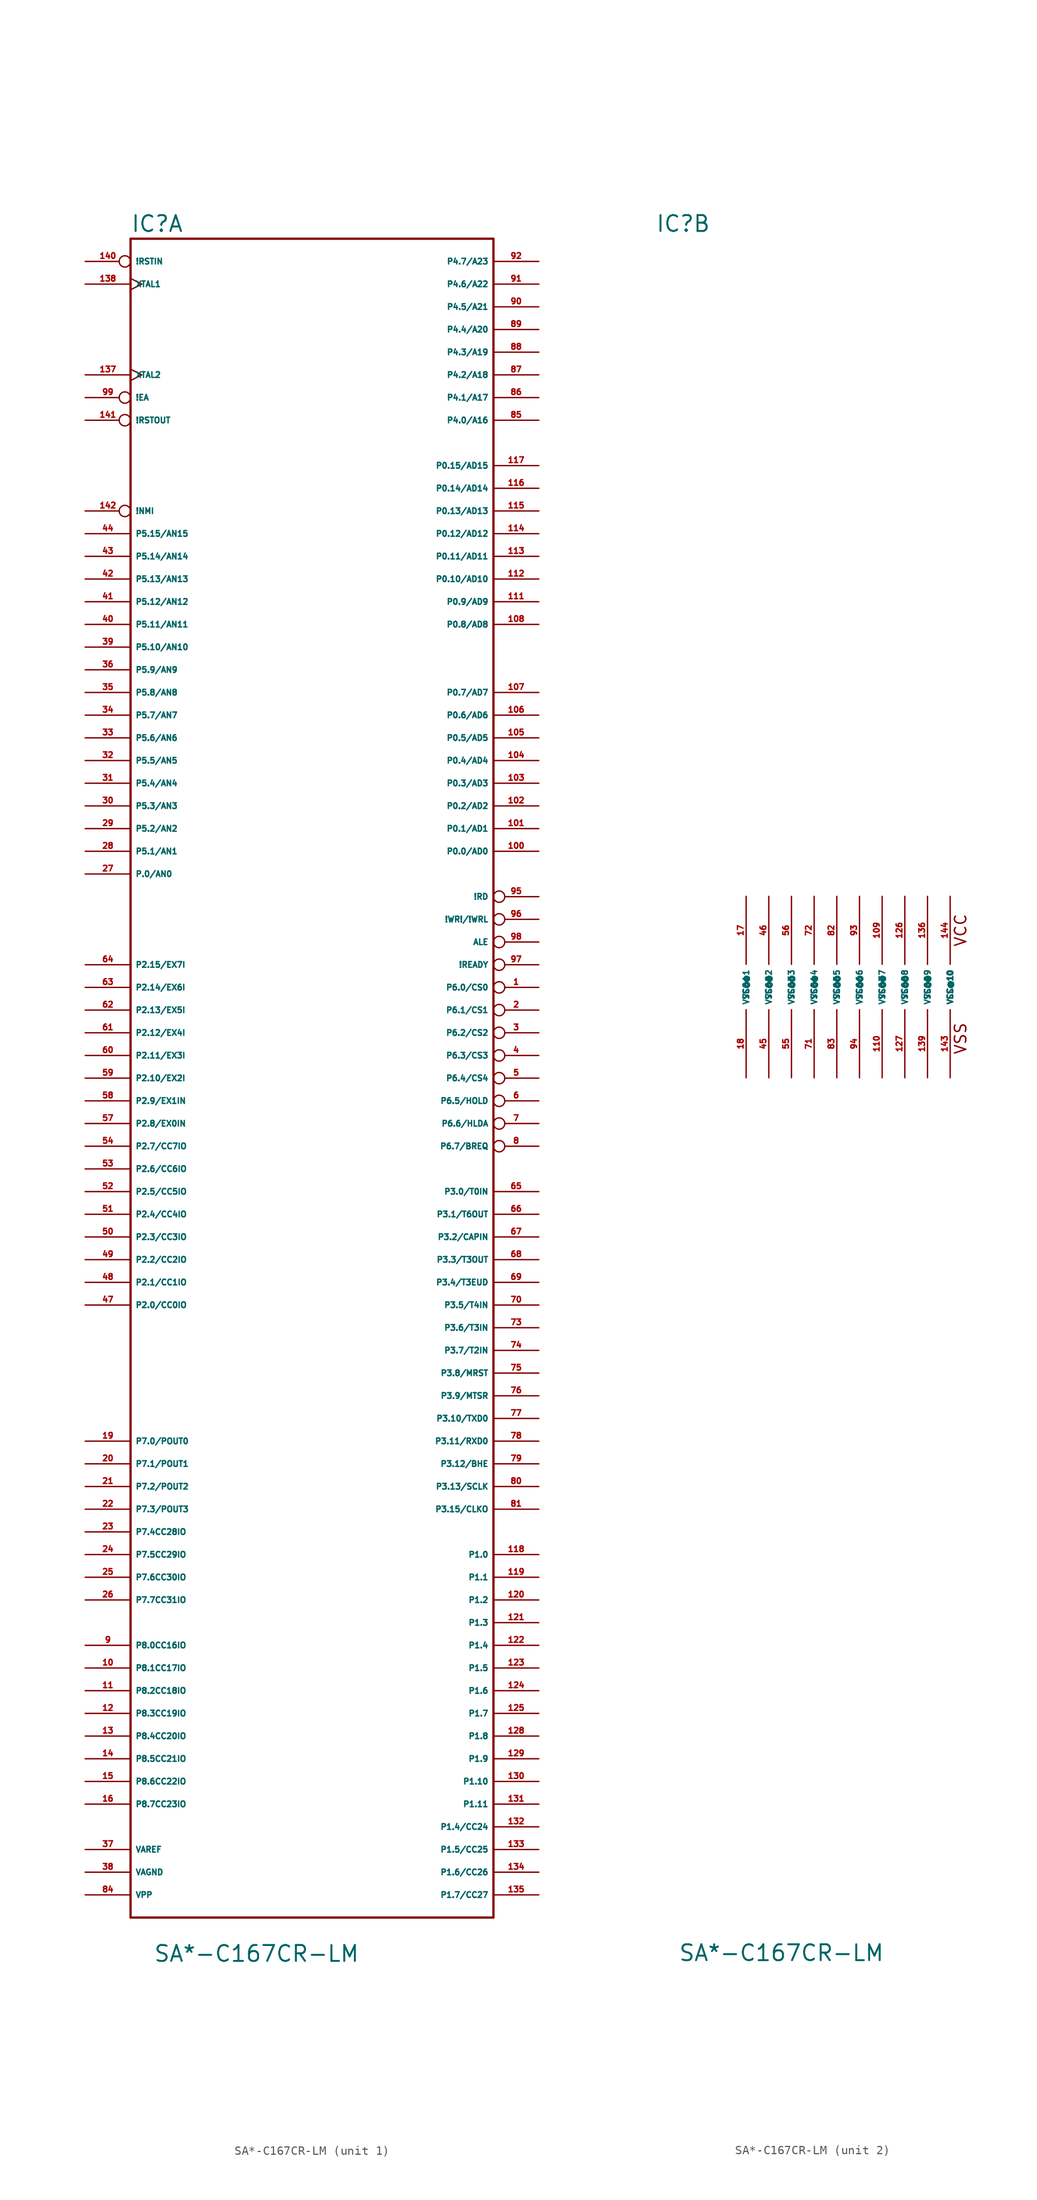
<source format=kicad_sym>
(kicad_symbol_lib
  (version 20220914)
  (generator Eagle2Kicad)
  (symbol "SA*-C167CR-LM"
    (property "Reference" "IC"
      (at -20.32 84.455 0)
      (effects (font (size 1.778 1.778) (thickness 0.22)) (justify left bottom)))
    (property "Value" "SA*-C167CR-LM"
      (at -17.78 -109.22 0)
      (effects (font (size 1.778 1.778) (thickness 0.22)) (justify left bottom)))
    (symbol "SA*-C167CR-LM_1_0"
      (polyline (pts (xy -20.32 -104.14) (xy 20.32 -104.14)) (stroke (width 0.254) (type default)) (fill (type none)))
      (polyline (pts (xy 20.32 -104.14) (xy 20.32 83.82)) (stroke (width 0.254) (type default)) (fill (type none)))
      (polyline (pts (xy 20.32 83.82) (xy -20.32 83.82)) (stroke (width 0.254) (type default)) (fill (type none)))
      (polyline (pts (xy -20.32 83.82) (xy -20.32 -104.14)) (stroke (width 0.254) (type default)) (fill (type none)))
      (pin output inverted (at 25.4 5.08 180) (length 5.08) (name "ALE" (effects (font (size 0.635 0.635) (thickness 0.08)) (justify left bottom))) (number "98" (effects (font (size 0.635 0.635) (thickness 0.08)) (justify left bottom))))
      (pin input inverted (at -25.4 66.04 0) (length 5.08) (name "!EA" (effects (font (size 0.635 0.635) (thickness 0.08)) (justify left bottom))) (number "99" (effects (font (size 0.635 0.635) (thickness 0.08)) (justify left bottom))))
      (pin input inverted (at -25.4 53.34 0) (length 5.08) (name "!NMI" (effects (font (size 0.635 0.635) (thickness 0.08)) (justify left bottom))) (number "142" (effects (font (size 0.635 0.635) (thickness 0.08)) (justify left bottom))))
      (pin input line (at -25.4 12.7 0) (length 5.08) (name "P.0/AN0" (effects (font (size 0.635 0.635) (thickness 0.08)) (justify left bottom))) (number "27" (effects (font (size 0.635 0.635) (thickness 0.08)) (justify left bottom))))
      (pin bidirectional line (at 25.4 15.24 180) (length 5.08) (name "P0.0/AD0" (effects (font (size 0.635 0.635) (thickness 0.08)) (justify left bottom))) (number "100" (effects (font (size 0.635 0.635) (thickness 0.08)) (justify left bottom))))
      (pin bidirectional line (at 25.4 17.78 180) (length 5.08) (name "P0.1/AD1" (effects (font (size 0.635 0.635) (thickness 0.08)) (justify left bottom))) (number "101" (effects (font (size 0.635 0.635) (thickness 0.08)) (justify left bottom))))
      (pin bidirectional line (at 25.4 20.32 180) (length 5.08) (name "P0.2/AD2" (effects (font (size 0.635 0.635) (thickness 0.08)) (justify left bottom))) (number "102" (effects (font (size 0.635 0.635) (thickness 0.08)) (justify left bottom))))
      (pin bidirectional line (at 25.4 22.86 180) (length 5.08) (name "P0.3/AD3" (effects (font (size 0.635 0.635) (thickness 0.08)) (justify left bottom))) (number "103" (effects (font (size 0.635 0.635) (thickness 0.08)) (justify left bottom))))
      (pin bidirectional line (at 25.4 25.4 180) (length 5.08) (name "P0.4/AD4" (effects (font (size 0.635 0.635) (thickness 0.08)) (justify left bottom))) (number "104" (effects (font (size 0.635 0.635) (thickness 0.08)) (justify left bottom))))
      (pin bidirectional line (at 25.4 27.94 180) (length 5.08) (name "P0.5/AD5" (effects (font (size 0.635 0.635) (thickness 0.08)) (justify left bottom))) (number "105" (effects (font (size 0.635 0.635) (thickness 0.08)) (justify left bottom))))
      (pin bidirectional line (at 25.4 30.48 180) (length 5.08) (name "P0.6/AD6" (effects (font (size 0.635 0.635) (thickness 0.08)) (justify left bottom))) (number "106" (effects (font (size 0.635 0.635) (thickness 0.08)) (justify left bottom))))
      (pin bidirectional line (at 25.4 33.02 180) (length 5.08) (name "P0.7/AD7" (effects (font (size 0.635 0.635) (thickness 0.08)) (justify left bottom))) (number "107" (effects (font (size 0.635 0.635) (thickness 0.08)) (justify left bottom))))
      (pin bidirectional line (at 25.4 40.64 180) (length 5.08) (name "P0.8/AD8" (effects (font (size 0.635 0.635) (thickness 0.08)) (justify left bottom))) (number "108" (effects (font (size 0.635 0.635) (thickness 0.08)) (justify left bottom))))
      (pin bidirectional line (at 25.4 43.18 180) (length 5.08) (name "P0.9/AD9" (effects (font (size 0.635 0.635) (thickness 0.08)) (justify left bottom))) (number "111" (effects (font (size 0.635 0.635) (thickness 0.08)) (justify left bottom))))
      (pin bidirectional line (at 25.4 45.72 180) (length 5.08) (name "P0.10/AD10" (effects (font (size 0.635 0.635) (thickness 0.08)) (justify left bottom))) (number "112" (effects (font (size 0.635 0.635) (thickness 0.08)) (justify left bottom))))
      (pin bidirectional line (at 25.4 48.26 180) (length 5.08) (name "P0.11/AD11" (effects (font (size 0.635 0.635) (thickness 0.08)) (justify left bottom))) (number "113" (effects (font (size 0.635 0.635) (thickness 0.08)) (justify left bottom))))
      (pin bidirectional line (at 25.4 50.8 180) (length 5.08) (name "P0.12/AD12" (effects (font (size 0.635 0.635) (thickness 0.08)) (justify left bottom))) (number "114" (effects (font (size 0.635 0.635) (thickness 0.08)) (justify left bottom))))
      (pin bidirectional line (at 25.4 53.34 180) (length 5.08) (name "P0.13/AD13" (effects (font (size 0.635 0.635) (thickness 0.08)) (justify left bottom))) (number "115" (effects (font (size 0.635 0.635) (thickness 0.08)) (justify left bottom))))
      (pin bidirectional line (at 25.4 55.88 180) (length 5.08) (name "P0.14/AD14" (effects (font (size 0.635 0.635) (thickness 0.08)) (justify left bottom))) (number "116" (effects (font (size 0.635 0.635) (thickness 0.08)) (justify left bottom))))
      (pin bidirectional line (at 25.4 58.42 180) (length 5.08) (name "P0.15/AD15" (effects (font (size 0.635 0.635) (thickness 0.08)) (justify left bottom))) (number "117" (effects (font (size 0.635 0.635) (thickness 0.08)) (justify left bottom))))
      (pin bidirectional line (at 25.4 -63.5 180) (length 5.08) (name "P1.0" (effects (font (size 0.635 0.635) (thickness 0.08)) (justify left bottom))) (number "118" (effects (font (size 0.635 0.635) (thickness 0.08)) (justify left bottom))))
      (pin bidirectional line (at 25.4 -66.04 180) (length 5.08) (name "P1.1" (effects (font (size 0.635 0.635) (thickness 0.08)) (justify left bottom))) (number "119" (effects (font (size 0.635 0.635) (thickness 0.08)) (justify left bottom))))
      (pin bidirectional line (at 25.4 -68.58 180) (length 5.08) (name "P1.2" (effects (font (size 0.635 0.635) (thickness 0.08)) (justify left bottom))) (number "120" (effects (font (size 0.635 0.635) (thickness 0.08)) (justify left bottom))))
      (pin bidirectional line (at 25.4 -71.12 180) (length 5.08) (name "P1.3" (effects (font (size 0.635 0.635) (thickness 0.08)) (justify left bottom))) (number "121" (effects (font (size 0.635 0.635) (thickness 0.08)) (justify left bottom))))
      (pin bidirectional line (at 25.4 -73.66 180) (length 5.08) (name "P1.4" (effects (font (size 0.635 0.635) (thickness 0.08)) (justify left bottom))) (number "122" (effects (font (size 0.635 0.635) (thickness 0.08)) (justify left bottom))))
      (pin bidirectional line (at 25.4 -93.98 180) (length 5.08) (name "P1.4/CC24" (effects (font (size 0.635 0.635) (thickness 0.08)) (justify left bottom))) (number "132" (effects (font (size 0.635 0.635) (thickness 0.08)) (justify left bottom))))
      (pin bidirectional line (at 25.4 -76.2 180) (length 5.08) (name "P1.5" (effects (font (size 0.635 0.635) (thickness 0.08)) (justify left bottom))) (number "123" (effects (font (size 0.635 0.635) (thickness 0.08)) (justify left bottom))))
      (pin bidirectional line (at 25.4 -96.52 180) (length 5.08) (name "P1.5/CC25" (effects (font (size 0.635 0.635) (thickness 0.08)) (justify left bottom))) (number "133" (effects (font (size 0.635 0.635) (thickness 0.08)) (justify left bottom))))
      (pin bidirectional line (at 25.4 -78.74 180) (length 5.08) (name "P1.6" (effects (font (size 0.635 0.635) (thickness 0.08)) (justify left bottom))) (number "124" (effects (font (size 0.635 0.635) (thickness 0.08)) (justify left bottom))))
      (pin bidirectional line (at 25.4 -99.06 180) (length 5.08) (name "P1.6/CC26" (effects (font (size 0.635 0.635) (thickness 0.08)) (justify left bottom))) (number "134" (effects (font (size 0.635 0.635) (thickness 0.08)) (justify left bottom))))
      (pin bidirectional line (at 25.4 -81.28 180) (length 5.08) (name "P1.7" (effects (font (size 0.635 0.635) (thickness 0.08)) (justify left bottom))) (number "125" (effects (font (size 0.635 0.635) (thickness 0.08)) (justify left bottom))))
      (pin bidirectional line (at 25.4 -101.6 180) (length 5.08) (name "P1.7/CC27" (effects (font (size 0.635 0.635) (thickness 0.08)) (justify left bottom))) (number "135" (effects (font (size 0.635 0.635) (thickness 0.08)) (justify left bottom))))
      (pin bidirectional line (at 25.4 -83.82 180) (length 5.08) (name "P1.8" (effects (font (size 0.635 0.635) (thickness 0.08)) (justify left bottom))) (number "128" (effects (font (size 0.635 0.635) (thickness 0.08)) (justify left bottom))))
      (pin bidirectional line (at 25.4 -86.36 180) (length 5.08) (name "P1.9" (effects (font (size 0.635 0.635) (thickness 0.08)) (justify left bottom))) (number "129" (effects (font (size 0.635 0.635) (thickness 0.08)) (justify left bottom))))
      (pin bidirectional line (at 25.4 -88.9 180) (length 5.08) (name "P1.10" (effects (font (size 0.635 0.635) (thickness 0.08)) (justify left bottom))) (number "130" (effects (font (size 0.635 0.635) (thickness 0.08)) (justify left bottom))))
      (pin bidirectional line (at 25.4 -91.44 180) (length 5.08) (name "P1.11" (effects (font (size 0.635 0.635) (thickness 0.08)) (justify left bottom))) (number "131" (effects (font (size 0.635 0.635) (thickness 0.08)) (justify left bottom))))
      (pin bidirectional line (at -25.4 -35.56 0) (length 5.08) (name "P2.0/CC0IO" (effects (font (size 0.635 0.635) (thickness 0.08)) (justify left bottom))) (number "47" (effects (font (size 0.635 0.635) (thickness 0.08)) (justify left bottom))))
      (pin bidirectional line (at -25.4 -33.02 0) (length 5.08) (name "P2.1/CC1IO" (effects (font (size 0.635 0.635) (thickness 0.08)) (justify left bottom))) (number "48" (effects (font (size 0.635 0.635) (thickness 0.08)) (justify left bottom))))
      (pin bidirectional line (at -25.4 -30.48 0) (length 5.08) (name "P2.2/CC2IO" (effects (font (size 0.635 0.635) (thickness 0.08)) (justify left bottom))) (number "49" (effects (font (size 0.635 0.635) (thickness 0.08)) (justify left bottom))))
      (pin bidirectional line (at -25.4 -27.94 0) (length 5.08) (name "P2.3/CC3IO" (effects (font (size 0.635 0.635) (thickness 0.08)) (justify left bottom))) (number "50" (effects (font (size 0.635 0.635) (thickness 0.08)) (justify left bottom))))
      (pin bidirectional line (at -25.4 -25.4 0) (length 5.08) (name "P2.4/CC4IO" (effects (font (size 0.635 0.635) (thickness 0.08)) (justify left bottom))) (number "51" (effects (font (size 0.635 0.635) (thickness 0.08)) (justify left bottom))))
      (pin bidirectional line (at -25.4 -22.86 0) (length 5.08) (name "P2.5/CC5IO" (effects (font (size 0.635 0.635) (thickness 0.08)) (justify left bottom))) (number "52" (effects (font (size 0.635 0.635) (thickness 0.08)) (justify left bottom))))
      (pin bidirectional line (at -25.4 -20.32 0) (length 5.08) (name "P2.6/CC6IO" (effects (font (size 0.635 0.635) (thickness 0.08)) (justify left bottom))) (number "53" (effects (font (size 0.635 0.635) (thickness 0.08)) (justify left bottom))))
      (pin bidirectional line (at -25.4 -17.78 0) (length 5.08) (name "P2.7/CC7IO" (effects (font (size 0.635 0.635) (thickness 0.08)) (justify left bottom))) (number "54" (effects (font (size 0.635 0.635) (thickness 0.08)) (justify left bottom))))
      (pin bidirectional line (at -25.4 -15.24 0) (length 5.08) (name "P2.8/EX0IN" (effects (font (size 0.635 0.635) (thickness 0.08)) (justify left bottom))) (number "57" (effects (font (size 0.635 0.635) (thickness 0.08)) (justify left bottom))))
      (pin bidirectional line (at -25.4 -12.7 0) (length 5.08) (name "P2.9/EX1IN" (effects (font (size 0.635 0.635) (thickness 0.08)) (justify left bottom))) (number "58" (effects (font (size 0.635 0.635) (thickness 0.08)) (justify left bottom))))
      (pin bidirectional line (at -25.4 -10.16 0) (length 5.08) (name "P2.10/EX2I" (effects (font (size 0.635 0.635) (thickness 0.08)) (justify left bottom))) (number "59" (effects (font (size 0.635 0.635) (thickness 0.08)) (justify left bottom))))
      (pin bidirectional line (at -25.4 -7.62 0) (length 5.08) (name "P2.11/EX3I" (effects (font (size 0.635 0.635) (thickness 0.08)) (justify left bottom))) (number "60" (effects (font (size 0.635 0.635) (thickness 0.08)) (justify left bottom))))
      (pin bidirectional line (at -25.4 -5.08 0) (length 5.08) (name "P2.12/EX4I" (effects (font (size 0.635 0.635) (thickness 0.08)) (justify left bottom))) (number "61" (effects (font (size 0.635 0.635) (thickness 0.08)) (justify left bottom))))
      (pin bidirectional line (at -25.4 -2.54 0) (length 5.08) (name "P2.13/EX5I" (effects (font (size 0.635 0.635) (thickness 0.08)) (justify left bottom))) (number "62" (effects (font (size 0.635 0.635) (thickness 0.08)) (justify left bottom))))
      (pin bidirectional line (at -25.4 0 0) (length 5.08) (name "P2.14/EX6I" (effects (font (size 0.635 0.635) (thickness 0.08)) (justify left bottom))) (number "63" (effects (font (size 0.635 0.635) (thickness 0.08)) (justify left bottom))))
      (pin bidirectional line (at -25.4 2.54 0) (length 5.08) (name "P2.15/EX7I" (effects (font (size 0.635 0.635) (thickness 0.08)) (justify left bottom))) (number "64" (effects (font (size 0.635 0.635) (thickness 0.08)) (justify left bottom))))
      (pin bidirectional line (at 25.4 -22.86 180) (length 5.08) (name "P3.0/T0IN" (effects (font (size 0.635 0.635) (thickness 0.08)) (justify left bottom))) (number "65" (effects (font (size 0.635 0.635) (thickness 0.08)) (justify left bottom))))
      (pin bidirectional line (at 25.4 -25.4 180) (length 5.08) (name "P3.1/T6OUT" (effects (font (size 0.635 0.635) (thickness 0.08)) (justify left bottom))) (number "66" (effects (font (size 0.635 0.635) (thickness 0.08)) (justify left bottom))))
      (pin bidirectional line (at 25.4 -27.94 180) (length 5.08) (name "P3.2/CAPIN" (effects (font (size 0.635 0.635) (thickness 0.08)) (justify left bottom))) (number "67" (effects (font (size 0.635 0.635) (thickness 0.08)) (justify left bottom))))
      (pin bidirectional line (at 25.4 -30.48 180) (length 5.08) (name "P3.3/T3OUT" (effects (font (size 0.635 0.635) (thickness 0.08)) (justify left bottom))) (number "68" (effects (font (size 0.635 0.635) (thickness 0.08)) (justify left bottom))))
      (pin bidirectional line (at 25.4 -33.02 180) (length 5.08) (name "P3.4/T3EUD" (effects (font (size 0.635 0.635) (thickness 0.08)) (justify left bottom))) (number "69" (effects (font (size 0.635 0.635) (thickness 0.08)) (justify left bottom))))
      (pin bidirectional line (at 25.4 -35.56 180) (length 5.08) (name "P3.5/T4IN" (effects (font (size 0.635 0.635) (thickness 0.08)) (justify left bottom))) (number "70" (effects (font (size 0.635 0.635) (thickness 0.08)) (justify left bottom))))
      (pin bidirectional line (at 25.4 -38.1 180) (length 5.08) (name "P3.6/T3IN" (effects (font (size 0.635 0.635) (thickness 0.08)) (justify left bottom))) (number "73" (effects (font (size 0.635 0.635) (thickness 0.08)) (justify left bottom))))
      (pin bidirectional line (at 25.4 -40.64 180) (length 5.08) (name "P3.7/T2IN" (effects (font (size 0.635 0.635) (thickness 0.08)) (justify left bottom))) (number "74" (effects (font (size 0.635 0.635) (thickness 0.08)) (justify left bottom))))
      (pin bidirectional line (at 25.4 -43.18 180) (length 5.08) (name "P3.8/MRST" (effects (font (size 0.635 0.635) (thickness 0.08)) (justify left bottom))) (number "75" (effects (font (size 0.635 0.635) (thickness 0.08)) (justify left bottom))))
      (pin bidirectional line (at 25.4 -45.72 180) (length 5.08) (name "P3.9/MTSR" (effects (font (size 0.635 0.635) (thickness 0.08)) (justify left bottom))) (number "76" (effects (font (size 0.635 0.635) (thickness 0.08)) (justify left bottom))))
      (pin bidirectional line (at 25.4 -48.26 180) (length 5.08) (name "P3.10/TXD0" (effects (font (size 0.635 0.635) (thickness 0.08)) (justify left bottom))) (number "77" (effects (font (size 0.635 0.635) (thickness 0.08)) (justify left bottom))))
      (pin bidirectional line (at 25.4 -50.8 180) (length 5.08) (name "P3.11/RXD0" (effects (font (size 0.635 0.635) (thickness 0.08)) (justify left bottom))) (number "78" (effects (font (size 0.635 0.635) (thickness 0.08)) (justify left bottom))))
      (pin bidirectional line (at 25.4 -53.34 180) (length 5.08) (name "P3.12/BHE" (effects (font (size 0.635 0.635) (thickness 0.08)) (justify left bottom))) (number "79" (effects (font (size 0.635 0.635) (thickness 0.08)) (justify left bottom))))
      (pin bidirectional line (at 25.4 -55.88 180) (length 5.08) (name "P3.13/SCLK" (effects (font (size 0.635 0.635) (thickness 0.08)) (justify left bottom))) (number "80" (effects (font (size 0.635 0.635) (thickness 0.08)) (justify left bottom))))
      (pin bidirectional line (at 25.4 -58.42 180) (length 5.08) (name "P3.15/CLKO" (effects (font (size 0.635 0.635) (thickness 0.08)) (justify left bottom))) (number "81" (effects (font (size 0.635 0.635) (thickness 0.08)) (justify left bottom))))
      (pin bidirectional line (at 25.4 63.5 180) (length 5.08) (name "P4.0/A16" (effects (font (size 0.635 0.635) (thickness 0.08)) (justify left bottom))) (number "85" (effects (font (size 0.635 0.635) (thickness 0.08)) (justify left bottom))))
      (pin bidirectional line (at 25.4 66.04 180) (length 5.08) (name "P4.1/A17" (effects (font (size 0.635 0.635) (thickness 0.08)) (justify left bottom))) (number "86" (effects (font (size 0.635 0.635) (thickness 0.08)) (justify left bottom))))
      (pin bidirectional line (at 25.4 68.58 180) (length 5.08) (name "P4.2/A18" (effects (font (size 0.635 0.635) (thickness 0.08)) (justify left bottom))) (number "87" (effects (font (size 0.635 0.635) (thickness 0.08)) (justify left bottom))))
      (pin bidirectional line (at 25.4 71.12 180) (length 5.08) (name "P4.3/A19" (effects (font (size 0.635 0.635) (thickness 0.08)) (justify left bottom))) (number "88" (effects (font (size 0.635 0.635) (thickness 0.08)) (justify left bottom))))
      (pin bidirectional line (at 25.4 73.66 180) (length 5.08) (name "P4.4/A20" (effects (font (size 0.635 0.635) (thickness 0.08)) (justify left bottom))) (number "89" (effects (font (size 0.635 0.635) (thickness 0.08)) (justify left bottom))))
      (pin bidirectional line (at 25.4 76.2 180) (length 5.08) (name "P4.5/A21" (effects (font (size 0.635 0.635) (thickness 0.08)) (justify left bottom))) (number "90" (effects (font (size 0.635 0.635) (thickness 0.08)) (justify left bottom))))
      (pin bidirectional line (at 25.4 78.74 180) (length 5.08) (name "P4.6/A22" (effects (font (size 0.635 0.635) (thickness 0.08)) (justify left bottom))) (number "91" (effects (font (size 0.635 0.635) (thickness 0.08)) (justify left bottom))))
      (pin bidirectional line (at 25.4 81.28 180) (length 5.08) (name "P4.7/A23" (effects (font (size 0.635 0.635) (thickness 0.08)) (justify left bottom))) (number "92" (effects (font (size 0.635 0.635) (thickness 0.08)) (justify left bottom))))
      (pin input line (at -25.4 15.24 0) (length 5.08) (name "P5.1/AN1" (effects (font (size 0.635 0.635) (thickness 0.08)) (justify left bottom))) (number "28" (effects (font (size 0.635 0.635) (thickness 0.08)) (justify left bottom))))
      (pin input line (at -25.4 17.78 0) (length 5.08) (name "P5.2/AN2" (effects (font (size 0.635 0.635) (thickness 0.08)) (justify left bottom))) (number "29" (effects (font (size 0.635 0.635) (thickness 0.08)) (justify left bottom))))
      (pin input line (at -25.4 20.32 0) (length 5.08) (name "P5.3/AN3" (effects (font (size 0.635 0.635) (thickness 0.08)) (justify left bottom))) (number "30" (effects (font (size 0.635 0.635) (thickness 0.08)) (justify left bottom))))
      (pin input line (at -25.4 22.86 0) (length 5.08) (name "P5.4/AN4" (effects (font (size 0.635 0.635) (thickness 0.08)) (justify left bottom))) (number "31" (effects (font (size 0.635 0.635) (thickness 0.08)) (justify left bottom))))
      (pin input line (at -25.4 25.4 0) (length 5.08) (name "P5.5/AN5" (effects (font (size 0.635 0.635) (thickness 0.08)) (justify left bottom))) (number "32" (effects (font (size 0.635 0.635) (thickness 0.08)) (justify left bottom))))
      (pin input line (at -25.4 27.94 0) (length 5.08) (name "P5.6/AN6" (effects (font (size 0.635 0.635) (thickness 0.08)) (justify left bottom))) (number "33" (effects (font (size 0.635 0.635) (thickness 0.08)) (justify left bottom))))
      (pin input line (at -25.4 30.48 0) (length 5.08) (name "P5.7/AN7" (effects (font (size 0.635 0.635) (thickness 0.08)) (justify left bottom))) (number "34" (effects (font (size 0.635 0.635) (thickness 0.08)) (justify left bottom))))
      (pin input line (at -25.4 33.02 0) (length 5.08) (name "P5.8/AN8" (effects (font (size 0.635 0.635) (thickness 0.08)) (justify left bottom))) (number "35" (effects (font (size 0.635 0.635) (thickness 0.08)) (justify left bottom))))
      (pin input line (at -25.4 35.56 0) (length 5.08) (name "P5.9/AN9" (effects (font (size 0.635 0.635) (thickness 0.08)) (justify left bottom))) (number "36" (effects (font (size 0.635 0.635) (thickness 0.08)) (justify left bottom))))
      (pin input line (at -25.4 38.1 0) (length 5.08) (name "P5.10/AN10" (effects (font (size 0.635 0.635) (thickness 0.08)) (justify left bottom))) (number "39" (effects (font (size 0.635 0.635) (thickness 0.08)) (justify left bottom))))
      (pin input line (at -25.4 40.64 0) (length 5.08) (name "P5.11/AN11" (effects (font (size 0.635 0.635) (thickness 0.08)) (justify left bottom))) (number "40" (effects (font (size 0.635 0.635) (thickness 0.08)) (justify left bottom))))
      (pin input line (at -25.4 43.18 0) (length 5.08) (name "P5.12/AN12" (effects (font (size 0.635 0.635) (thickness 0.08)) (justify left bottom))) (number "41" (effects (font (size 0.635 0.635) (thickness 0.08)) (justify left bottom))))
      (pin input line (at -25.4 45.72 0) (length 5.08) (name "P5.13/AN13" (effects (font (size 0.635 0.635) (thickness 0.08)) (justify left bottom))) (number "42" (effects (font (size 0.635 0.635) (thickness 0.08)) (justify left bottom))))
      (pin input line (at -25.4 48.26 0) (length 5.08) (name "P5.14/AN14" (effects (font (size 0.635 0.635) (thickness 0.08)) (justify left bottom))) (number "43" (effects (font (size 0.635 0.635) (thickness 0.08)) (justify left bottom))))
      (pin input line (at -25.4 50.8 0) (length 5.08) (name "P5.15/AN15" (effects (font (size 0.635 0.635) (thickness 0.08)) (justify left bottom))) (number "44" (effects (font (size 0.635 0.635) (thickness 0.08)) (justify left bottom))))
      (pin bidirectional inverted (at 25.4 0 180) (length 5.08) (name "P6.0/CS0" (effects (font (size 0.635 0.635) (thickness 0.08)) (justify left bottom))) (number "1" (effects (font (size 0.635 0.635) (thickness 0.08)) (justify left bottom))))
      (pin bidirectional inverted (at 25.4 -2.54 180) (length 5.08) (name "P6.1/CS1" (effects (font (size 0.635 0.635) (thickness 0.08)) (justify left bottom))) (number "2" (effects (font (size 0.635 0.635) (thickness 0.08)) (justify left bottom))))
      (pin bidirectional inverted (at 25.4 -5.08 180) (length 5.08) (name "P6.2/CS2" (effects (font (size 0.635 0.635) (thickness 0.08)) (justify left bottom))) (number "3" (effects (font (size 0.635 0.635) (thickness 0.08)) (justify left bottom))))
      (pin bidirectional inverted (at 25.4 -7.62 180) (length 5.08) (name "P6.3/CS3" (effects (font (size 0.635 0.635) (thickness 0.08)) (justify left bottom))) (number "4" (effects (font (size 0.635 0.635) (thickness 0.08)) (justify left bottom))))
      (pin bidirectional inverted (at 25.4 -10.16 180) (length 5.08) (name "P6.4/CS4" (effects (font (size 0.635 0.635) (thickness 0.08)) (justify left bottom))) (number "5" (effects (font (size 0.635 0.635) (thickness 0.08)) (justify left bottom))))
      (pin bidirectional inverted (at 25.4 -12.7 180) (length 5.08) (name "P6.5/HOLD" (effects (font (size 0.635 0.635) (thickness 0.08)) (justify left bottom))) (number "6" (effects (font (size 0.635 0.635) (thickness 0.08)) (justify left bottom))))
      (pin bidirectional inverted (at 25.4 -15.24 180) (length 5.08) (name "P6.6/HLDA" (effects (font (size 0.635 0.635) (thickness 0.08)) (justify left bottom))) (number "7" (effects (font (size 0.635 0.635) (thickness 0.08)) (justify left bottom))))
      (pin bidirectional inverted (at 25.4 -17.78 180) (length 5.08) (name "P6.7/BREQ" (effects (font (size 0.635 0.635) (thickness 0.08)) (justify left bottom))) (number "8" (effects (font (size 0.635 0.635) (thickness 0.08)) (justify left bottom))))
      (pin bidirectional line (at -25.4 -50.8 0) (length 5.08) (name "P7.0/POUT0" (effects (font (size 0.635 0.635) (thickness 0.08)) (justify left bottom))) (number "19" (effects (font (size 0.635 0.635) (thickness 0.08)) (justify left bottom))))
      (pin bidirectional line (at -25.4 -53.34 0) (length 5.08) (name "P7.1/POUT1" (effects (font (size 0.635 0.635) (thickness 0.08)) (justify left bottom))) (number "20" (effects (font (size 0.635 0.635) (thickness 0.08)) (justify left bottom))))
      (pin bidirectional line (at -25.4 -55.88 0) (length 5.08) (name "P7.2/POUT2" (effects (font (size 0.635 0.635) (thickness 0.08)) (justify left bottom))) (number "21" (effects (font (size 0.635 0.635) (thickness 0.08)) (justify left bottom))))
      (pin bidirectional line (at -25.4 -58.42 0) (length 5.08) (name "P7.3/POUT3" (effects (font (size 0.635 0.635) (thickness 0.08)) (justify left bottom))) (number "22" (effects (font (size 0.635 0.635) (thickness 0.08)) (justify left bottom))))
      (pin bidirectional line (at -25.4 -60.96 0) (length 5.08) (name "P7.4CC28IO" (effects (font (size 0.635 0.635) (thickness 0.08)) (justify left bottom))) (number "23" (effects (font (size 0.635 0.635) (thickness 0.08)) (justify left bottom))))
      (pin bidirectional line (at -25.4 -63.5 0) (length 5.08) (name "P7.5CC29IO" (effects (font (size 0.635 0.635) (thickness 0.08)) (justify left bottom))) (number "24" (effects (font (size 0.635 0.635) (thickness 0.08)) (justify left bottom))))
      (pin bidirectional line (at -25.4 -66.04 0) (length 5.08) (name "P7.6CC30IO" (effects (font (size 0.635 0.635) (thickness 0.08)) (justify left bottom))) (number "25" (effects (font (size 0.635 0.635) (thickness 0.08)) (justify left bottom))))
      (pin bidirectional line (at -25.4 -68.58 0) (length 5.08) (name "P7.7CC31IO" (effects (font (size 0.635 0.635) (thickness 0.08)) (justify left bottom))) (number "26" (effects (font (size 0.635 0.635) (thickness 0.08)) (justify left bottom))))
      (pin bidirectional line (at -25.4 -73.66 0) (length 5.08) (name "P8.0CC16IO" (effects (font (size 0.635 0.635) (thickness 0.08)) (justify left bottom))) (number "9" (effects (font (size 0.635 0.635) (thickness 0.08)) (justify left bottom))))
      (pin bidirectional line (at -25.4 -76.2 0) (length 5.08) (name "P8.1CC17IO" (effects (font (size 0.635 0.635) (thickness 0.08)) (justify left bottom))) (number "10" (effects (font (size 0.635 0.635) (thickness 0.08)) (justify left bottom))))
      (pin bidirectional line (at -25.4 -78.74 0) (length 5.08) (name "P8.2CC18IO" (effects (font (size 0.635 0.635) (thickness 0.08)) (justify left bottom))) (number "11" (effects (font (size 0.635 0.635) (thickness 0.08)) (justify left bottom))))
      (pin bidirectional line (at -25.4 -81.28 0) (length 5.08) (name "P8.3CC19IO" (effects (font (size 0.635 0.635) (thickness 0.08)) (justify left bottom))) (number "12" (effects (font (size 0.635 0.635) (thickness 0.08)) (justify left bottom))))
      (pin bidirectional line (at -25.4 -83.82 0) (length 5.08) (name "P8.4CC20IO" (effects (font (size 0.635 0.635) (thickness 0.08)) (justify left bottom))) (number "13" (effects (font (size 0.635 0.635) (thickness 0.08)) (justify left bottom))))
      (pin bidirectional line (at -25.4 -86.36 0) (length 5.08) (name "P8.5CC21IO" (effects (font (size 0.635 0.635) (thickness 0.08)) (justify left bottom))) (number "14" (effects (font (size 0.635 0.635) (thickness 0.08)) (justify left bottom))))
      (pin bidirectional line (at -25.4 -88.9 0) (length 5.08) (name "P8.6CC22IO" (effects (font (size 0.635 0.635) (thickness 0.08)) (justify left bottom))) (number "15" (effects (font (size 0.635 0.635) (thickness 0.08)) (justify left bottom))))
      (pin bidirectional line (at -25.4 -91.44 0) (length 5.08) (name "P8.7CC23IO" (effects (font (size 0.635 0.635) (thickness 0.08)) (justify left bottom))) (number "16" (effects (font (size 0.635 0.635) (thickness 0.08)) (justify left bottom))))
      (pin output inverted (at 25.4 10.16 180) (length 5.08) (name "!RD" (effects (font (size 0.635 0.635) (thickness 0.08)) (justify left bottom))) (number "95" (effects (font (size 0.635 0.635) (thickness 0.08)) (justify left bottom))))
      (pin input inverted (at 25.4 2.54 180) (length 5.08) (name "!READY" (effects (font (size 0.635 0.635) (thickness 0.08)) (justify left bottom))) (number "97" (effects (font (size 0.635 0.635) (thickness 0.08)) (justify left bottom))))
      (pin input inverted (at -25.4 81.28 0) (length 5.08) (name "!RSTIN" (effects (font (size 0.635 0.635) (thickness 0.08)) (justify left bottom))) (number "140" (effects (font (size 0.635 0.635) (thickness 0.08)) (justify left bottom))))
      (pin output inverted (at -25.4 63.5 0) (length 5.08) (name "!RSTOUT" (effects (font (size 0.635 0.635) (thickness 0.08)) (justify left bottom))) (number "141" (effects (font (size 0.635 0.635) (thickness 0.08)) (justify left bottom))))
      (pin passive line (at -25.4 -99.06 0) (length 5.08) (name "VAGND" (effects (font (size 0.635 0.635) (thickness 0.08)) (justify left bottom))) (number "38" (effects (font (size 0.635 0.635) (thickness 0.08)) (justify left bottom))))
      (pin passive line (at -25.4 -96.52 0) (length 5.08) (name "VAREF" (effects (font (size 0.635 0.635) (thickness 0.08)) (justify left bottom))) (number "37" (effects (font (size 0.635 0.635) (thickness 0.08)) (justify left bottom))))
      (pin passive line (at -25.4 -101.6 0) (length 5.08) (name "VPP" (effects (font (size 0.635 0.635) (thickness 0.08)) (justify left bottom))) (number "84" (effects (font (size 0.635 0.635) (thickness 0.08)) (justify left bottom))))
      (pin output inverted (at 25.4 7.62 180) (length 5.08) (name "!WR!/!WRL" (effects (font (size 0.635 0.635) (thickness 0.08)) (justify left bottom))) (number "96" (effects (font (size 0.635 0.635) (thickness 0.08)) (justify left bottom))))
      (pin input clock (at -25.4 78.74 0) (length 5.08) (name "XTAL1" (effects (font (size 0.635 0.635) (thickness 0.08)) (justify left bottom))) (number "138" (effects (font (size 0.635 0.635) (thickness 0.08)) (justify left bottom))))
      (pin output clock (at -25.4 68.58 0) (length 5.08) (name "XTAL2" (effects (font (size 0.635 0.635) (thickness 0.08)) (justify left bottom))) (number "137" (effects (font (size 0.635 0.635) (thickness 0.08)) (justify left bottom)))))
    (symbol "SA*-C167CR-LM_2_0"
      (text "VSS" (at 14.605 -7.62 900) (effects (font (size 1.27 1.27) (thickness 0.16)) (justify left bottom)))
      (text "VCC" (at 14.605 4.445 900) (effects (font (size 1.27 1.27) (thickness 0.16)) (justify left bottom)))
      (pin unspecified line (at -10.16 10.16 270) (length 7.62) (name "VCC@1" (effects (font (size 0.635 0.635) (thickness 0.08)) (justify left bottom))) (number "17" (effects (font (size 0.635 0.635) (thickness 0.08)) (justify left bottom))))
      (pin unspecified line (at -7.62 10.16 270) (length 7.62) (name "VCC@2" (effects (font (size 0.635 0.635) (thickness 0.08)) (justify left bottom))) (number "46" (effects (font (size 0.635 0.635) (thickness 0.08)) (justify left bottom))))
      (pin unspecified line (at -5.08 10.16 270) (length 7.62) (name "VCC@3" (effects (font (size 0.635 0.635) (thickness 0.08)) (justify left bottom))) (number "56" (effects (font (size 0.635 0.635) (thickness 0.08)) (justify left bottom))))
      (pin unspecified line (at -2.54 10.16 270) (length 7.62) (name "VCC@4" (effects (font (size 0.635 0.635) (thickness 0.08)) (justify left bottom))) (number "72" (effects (font (size 0.635 0.635) (thickness 0.08)) (justify left bottom))))
      (pin unspecified line (at 0 10.16 270) (length 7.62) (name "VCC@5" (effects (font (size 0.635 0.635) (thickness 0.08)) (justify left bottom))) (number "82" (effects (font (size 0.635 0.635) (thickness 0.08)) (justify left bottom))))
      (pin unspecified line (at 2.54 10.16 270) (length 7.62) (name "VCC@6" (effects (font (size 0.635 0.635) (thickness 0.08)) (justify left bottom))) (number "93" (effects (font (size 0.635 0.635) (thickness 0.08)) (justify left bottom))))
      (pin unspecified line (at 5.08 10.16 270) (length 7.62) (name "VCC@7" (effects (font (size 0.635 0.635) (thickness 0.08)) (justify left bottom))) (number "109" (effects (font (size 0.635 0.635) (thickness 0.08)) (justify left bottom))))
      (pin unspecified line (at 7.62 10.16 270) (length 7.62) (name "VCC@8" (effects (font (size 0.635 0.635) (thickness 0.08)) (justify left bottom))) (number "126" (effects (font (size 0.635 0.635) (thickness 0.08)) (justify left bottom))))
      (pin unspecified line (at 10.16 10.16 270) (length 7.62) (name "VCC@9" (effects (font (size 0.635 0.635) (thickness 0.08)) (justify left bottom))) (number "136" (effects (font (size 0.635 0.635) (thickness 0.08)) (justify left bottom))))
      (pin unspecified line (at 12.7 10.16 270) (length 7.62) (name "VCC@10" (effects (font (size 0.635 0.635) (thickness 0.08)) (justify left bottom))) (number "144" (effects (font (size 0.635 0.635) (thickness 0.08)) (justify left bottom))))
      (pin unspecified line (at -10.16 -10.16 90) (length 7.62) (name "VSS@1" (effects (font (size 0.635 0.635) (thickness 0.08)) (justify left bottom))) (number "18" (effects (font (size 0.635 0.635) (thickness 0.08)) (justify left bottom))))
      (pin unspecified line (at -7.62 -10.16 90) (length 7.62) (name "VSS@2" (effects (font (size 0.635 0.635) (thickness 0.08)) (justify left bottom))) (number "45" (effects (font (size 0.635 0.635) (thickness 0.08)) (justify left bottom))))
      (pin unspecified line (at -5.08 -10.16 90) (length 7.62) (name "VSS@3" (effects (font (size 0.635 0.635) (thickness 0.08)) (justify left bottom))) (number "55" (effects (font (size 0.635 0.635) (thickness 0.08)) (justify left bottom))))
      (pin unspecified line (at -2.54 -10.16 90) (length 7.62) (name "VSS@4" (effects (font (size 0.635 0.635) (thickness 0.08)) (justify left bottom))) (number "71" (effects (font (size 0.635 0.635) (thickness 0.08)) (justify left bottom))))
      (pin unspecified line (at 0 -10.16 90) (length 7.62) (name "VSS@5" (effects (font (size 0.635 0.635) (thickness 0.08)) (justify left bottom))) (number "83" (effects (font (size 0.635 0.635) (thickness 0.08)) (justify left bottom))))
      (pin unspecified line (at 2.54 -10.16 90) (length 7.62) (name "VSS@6" (effects (font (size 0.635 0.635) (thickness 0.08)) (justify left bottom))) (number "94" (effects (font (size 0.635 0.635) (thickness 0.08)) (justify left bottom))))
      (pin unspecified line (at 5.08 -10.16 90) (length 7.62) (name "VSS@7" (effects (font (size 0.635 0.635) (thickness 0.08)) (justify left bottom))) (number "110" (effects (font (size 0.635 0.635) (thickness 0.08)) (justify left bottom))))
      (pin unspecified line (at 7.62 -10.16 90) (length 7.62) (name "VSS@8" (effects (font (size 0.635 0.635) (thickness 0.08)) (justify left bottom))) (number "127" (effects (font (size 0.635 0.635) (thickness 0.08)) (justify left bottom))))
      (pin unspecified line (at 10.16 -10.16 90) (length 7.62) (name "VSS@9" (effects (font (size 0.635 0.635) (thickness 0.08)) (justify left bottom))) (number "139" (effects (font (size 0.635 0.635) (thickness 0.08)) (justify left bottom))))
      (pin unspecified line (at 12.7 -10.16 90) (length 7.62) (name "VSS@10" (effects (font (size 0.635 0.635) (thickness 0.08)) (justify left bottom))) (number "143" (effects (font (size 0.635 0.635) (thickness 0.08)) (justify left bottom)))))))
</source>
